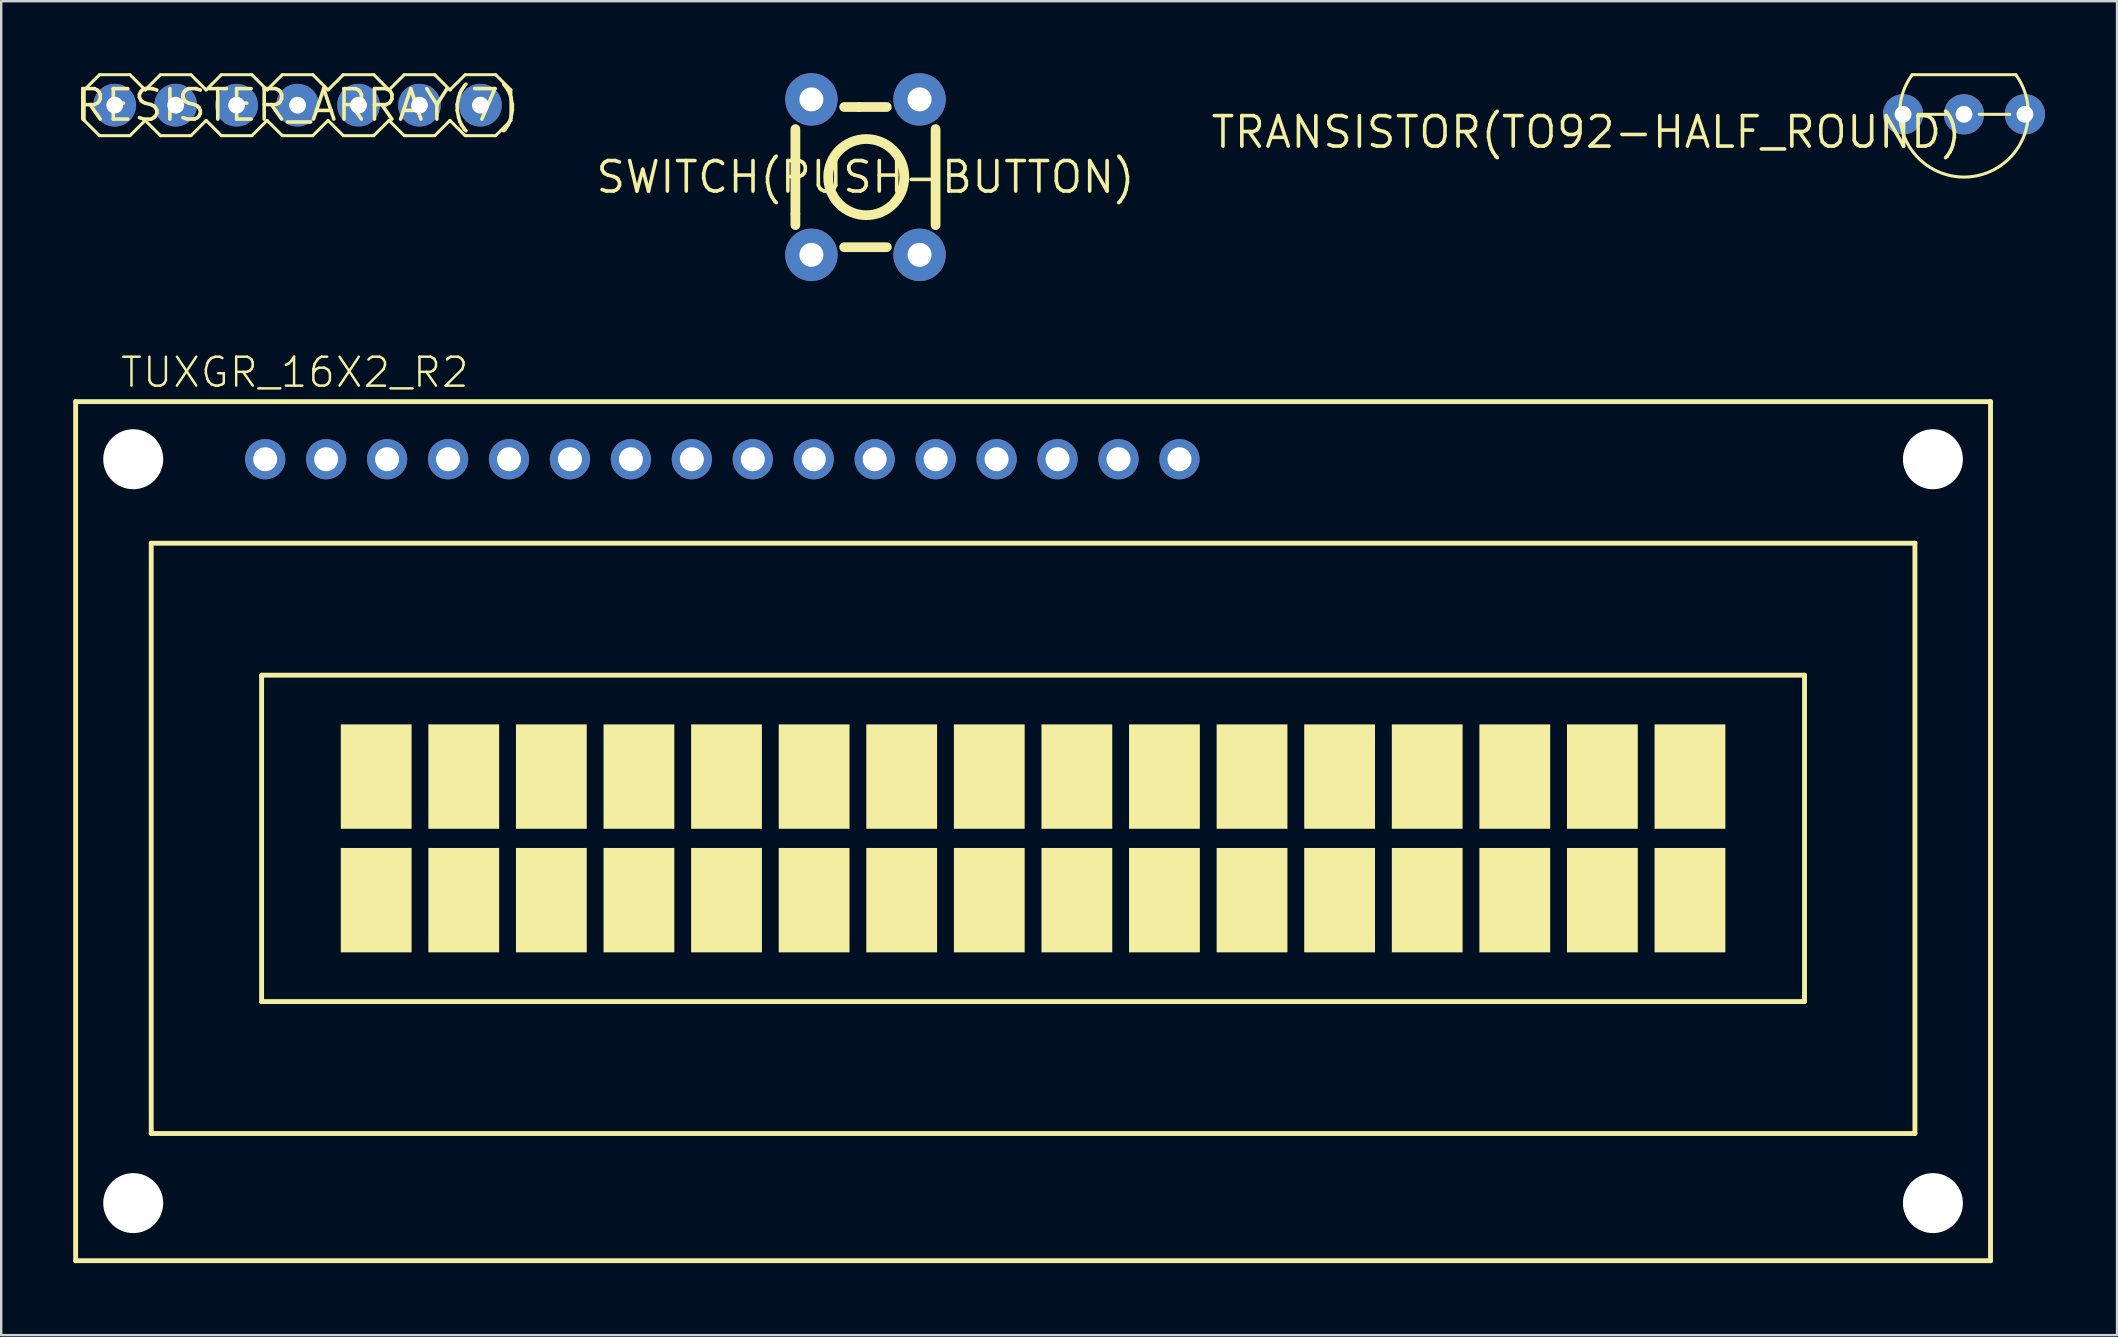
<source format=kicad_pcb>
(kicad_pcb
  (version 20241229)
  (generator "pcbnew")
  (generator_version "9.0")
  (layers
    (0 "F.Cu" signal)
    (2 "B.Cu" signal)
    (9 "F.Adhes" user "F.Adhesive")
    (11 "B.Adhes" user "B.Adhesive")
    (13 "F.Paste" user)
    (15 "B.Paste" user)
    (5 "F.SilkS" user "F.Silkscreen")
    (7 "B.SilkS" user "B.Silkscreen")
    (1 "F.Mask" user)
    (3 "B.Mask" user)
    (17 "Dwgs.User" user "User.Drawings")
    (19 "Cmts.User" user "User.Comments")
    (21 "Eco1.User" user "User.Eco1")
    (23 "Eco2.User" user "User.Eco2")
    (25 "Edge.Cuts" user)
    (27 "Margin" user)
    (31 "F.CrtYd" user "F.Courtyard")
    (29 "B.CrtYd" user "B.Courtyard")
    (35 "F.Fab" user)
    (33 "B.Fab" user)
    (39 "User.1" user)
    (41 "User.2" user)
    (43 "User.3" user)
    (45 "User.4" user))
  (footprint "RESISTER_ARRAY(7)"
    (layer "F.Cu")
    (at 9.351 1.333)
    (property "Reference" "RESISTER_ARRAY(7)" (at 0 0 0) (layer "F.SilkS") (effects (font (size 1.27 1.27) (thickness 0.15))))
    (attr through_hole)
    (fp_line (start -8.89 -0.635) (end -8.255 -1.27) (stroke (width 0.127) (type solid)) (layer "F.SilkS"))
    (fp_line (start -8.89 0.635) (end -8.89 -0.635) (stroke (width 0.127) (type solid)) (layer "F.SilkS"))
    (fp_line (start -8.255 -1.27) (end -6.985 -1.27) (stroke (width 0.127) (type solid)) (layer "F.SilkS"))
    (fp_line (start -8.255 1.27) (end -8.89 0.635) (stroke (width 0.127) (type solid)) (layer "F.SilkS"))
    (fp_line (start -6.985 -1.27) (end -6.35 -0.635) (stroke (width 0.127) (type solid)) (layer "F.SilkS"))
    (fp_line (start -6.985 1.27) (end -8.255 1.27) (stroke (width 0.127) (type solid)) (layer "F.SilkS"))
    (fp_line (start -6.35 -0.635) (end -5.715 -1.27) (stroke (width 0.127) (type solid)) (layer "F.SilkS"))
    (fp_line (start -6.35 0.635) (end -6.985 1.27) (stroke (width 0.127) (type solid)) (layer "F.SilkS"))
    (fp_line (start -5.715 -1.27) (end -4.445 -1.27) (stroke (width 0.127) (type solid)) (layer "F.SilkS"))
    (fp_line (start -5.715 1.27) (end -6.35 0.635) (stroke (width 0.127) (type solid)) (layer "F.SilkS"))
    (fp_line (start -4.445 -1.27) (end -3.81 -0.635) (stroke (width 0.127) (type solid)) (layer "F.SilkS"))
    (fp_line (start -4.445 1.27) (end -5.715 1.27) (stroke (width 0.127) (type solid)) (layer "F.SilkS"))
    (fp_line (start -3.81 -0.635) (end -3.175 -1.27) (stroke (width 0.127) (type solid)) (layer "F.SilkS"))
    (fp_line (start -3.81 0.635) (end -4.445 1.27) (stroke (width 0.127) (type solid)) (layer "F.SilkS"))
    (fp_line (start -3.175 -1.27) (end -1.905 -1.27) (stroke (width 0.127) (type solid)) (layer "F.SilkS"))
    (fp_line (start -3.175 1.27) (end -3.81 0.635) (stroke (width 0.127) (type solid)) (layer "F.SilkS"))
    (fp_line (start -1.905 -1.27) (end -1.27 -0.635) (stroke (width 0.127) (type solid)) (layer "F.SilkS"))
    (fp_line (start -1.905 1.27) (end -3.175 1.27) (stroke (width 0.127) (type solid)) (layer "F.SilkS"))
    (fp_line (start -1.27 -0.635) (end -0.635 -1.27) (stroke (width 0.127) (type solid)) (layer "F.SilkS"))
    (fp_line (start -1.27 0.635) (end -1.905 1.27) (stroke (width 0.127) (type solid)) (layer "F.SilkS"))
    (fp_line (start -0.635 -1.27) (end 0.635 -1.27) (stroke (width 0.127) (type solid)) (layer "F.SilkS"))
    (fp_line (start -0.635 1.27) (end -1.27 0.635) (stroke (width 0.127) (type solid)) (layer "F.SilkS"))
    (fp_line (start 0.635 -1.27) (end 1.27 -0.635) (stroke (width 0.127) (type solid)) (layer "F.SilkS"))
    (fp_line (start 0.635 1.27) (end -0.635 1.27) (stroke (width 0.127) (type solid)) (layer "F.SilkS"))
    (fp_line (start 1.27 -0.635) (end 1.905 -1.27) (stroke (width 0.127) (type solid)) (layer "F.SilkS"))
    (fp_line (start 1.27 0.635) (end 0.635 1.27) (stroke (width 0.127) (type solid)) (layer "F.SilkS"))
    (fp_line (start 1.905 -1.27) (end 3.175 -1.27) (stroke (width 0.127) (type solid)) (layer "F.SilkS"))
    (fp_line (start 1.905 1.27) (end 1.27 0.635) (stroke (width 0.127) (type solid)) (layer "F.SilkS"))
    (fp_line (start 3.175 -1.27) (end 3.81 -0.635) (stroke (width 0.127) (type solid)) (layer "F.SilkS"))
    (fp_line (start 3.175 1.27) (end 1.905 1.27) (stroke (width 0.127) (type solid)) (layer "F.SilkS"))
    (fp_line (start 3.81 -0.635) (end 4.445 -1.27) (stroke (width 0.127) (type solid)) (layer "F.SilkS"))
    (fp_line (start 3.81 0.635) (end 3.175 1.27) (stroke (width 0.127) (type solid)) (layer "F.SilkS"))
    (fp_line (start 4.445 -1.27) (end 5.715 -1.27) (stroke (width 0.127) (type solid)) (layer "F.SilkS"))
    (fp_line (start 4.445 1.27) (end 3.81 0.635) (stroke (width 0.127) (type solid)) (layer "F.SilkS"))
    (fp_line (start 5.715 -1.27) (end 6.35 -0.635) (stroke (width 0.127) (type solid)) (layer "F.SilkS"))
    (fp_line (start 5.715 1.27) (end 4.445 1.27) (stroke (width 0.127) (type solid)) (layer "F.SilkS"))
    (fp_line (start 6.35 -0.635) (end 6.985 -1.27) (stroke (width 0.127) (type solid)) (layer "F.SilkS"))
    (fp_line (start 6.35 0.635) (end 5.715 1.27) (stroke (width 0.127) (type solid)) (layer "F.SilkS"))
    (fp_line (start 6.985 -1.27) (end 8.255 -1.27) (stroke (width 0.127) (type solid)) (layer "F.SilkS"))
    (fp_line (start 6.985 1.27) (end 6.35 0.635) (stroke (width 0.127) (type solid)) (layer "F.SilkS"))
    (fp_line (start 8.255 -1.27) (end 8.89 -0.635) (stroke (width 0.127) (type solid)) (layer "F.SilkS"))
    (fp_line (start 8.255 1.27) (end 6.985 1.27) (stroke (width 0.127) (type solid)) (layer "F.SilkS"))
    (fp_line (start 8.89 -0.635) (end 8.89 0.635) (stroke (width 0.127) (type solid)) (layer "F.SilkS"))
    (fp_line (start 8.89 0.635) (end 8.255 1.27) (stroke (width 0.127) (type solid)) (layer "F.SilkS"))
    (pad "1" thru_hole circle (at -7.62 0) (size 1.778 1.778) (drill 0.7) (layers "*.Cu" "*.Mask"))
    (pad "2" thru_hole circle (at -5.08 0) (size 1.778 1.778) (drill 0.7) (layers "*.Cu" "*.Mask"))
    (pad "3" thru_hole circle (at -2.54 0) (size 1.778 1.778) (drill 0.7) (layers "*.Cu" "*.Mask"))
    (pad "4" thru_hole circle (at 0 0) (size 1.778 1.778) (drill 0.7) (layers "*.Cu" "*.Mask"))
    (pad "5" thru_hole circle (at 2.54 0) (size 1.778 1.778) (drill 0.7) (layers "*.Cu" "*.Mask"))
    (pad "6" thru_hole circle (at 5.08 0) (size 1.778 1.778) (drill 0.7) (layers "*.Cu" "*.Mask"))
    (pad "7" thru_hole circle (at 7.62 0) (size 1.778 1.778) (drill 0.7) (layers "*.Cu" "*.Mask")))
  (footprint "SWITCH(PUSH-BUTTON)"
    (layer "F.Cu")
    (at 33.018 4.331)
    (property "Reference" "SWITCH(PUSH-BUTTON)" (at 0 0 0) (layer "F.SilkS") (effects (font (size 1.27 1.27) (thickness 0.15))))
    (attr through_hole)
    (fp_line (start -2.921 1.524) (end -2.921 -2) (stroke (width 0.406) (type solid)) (layer "F.SilkS"))
    (fp_line (start -2.921 2) (end -2.921 1.556) (stroke (width 0.406) (type solid)) (layer "F.SilkS"))
    (fp_line (start -0.889 2.921) (end 0.889 2.921) (stroke (width 0.406) (type solid)) (layer "F.SilkS"))
    (fp_line (start -0.254 -2.921) (end -0.889 -2.921) (stroke (width 0.406) (type solid)) (layer "F.SilkS"))
    (fp_line (start -0.254 -2.921) (end 0.889 -2.921) (stroke (width 0.406) (type solid)) (layer "F.SilkS"))
    (fp_line (start 2.921 -2) (end 2.921 2) (stroke (width 0.406) (type solid)) (layer "F.SilkS"))
    (fp_circle (center 0.032 0) (end 1.619 0) (stroke (width 0.406) (type solid)) (fill no) (layer "F.SilkS"))
    (pad "SW1" thru_hole circle (at -2.254 -3.239) (size 2.184 2.184) (drill 1) (layers "*.Cu" "*.Mask"))
    (pad "SW1_" thru_hole circle (at 2.254 -3.239) (size 2.184 2.184) (drill 1) (layers "*.Cu" "*.Mask"))
    (pad "SW2" thru_hole circle (at -2.254 3.239) (size 2.184 2.184) (drill 1) (layers "*.Cu" "*.Mask"))
    (pad "SW2_" thru_hole circle (at 2.254 3.239) (size 2.184 2.184) (drill 1) (layers "*.Cu" "*.Mask")))
  (footprint "TRANSISTOR(TO92-HALF_ROUND)"
    (layer "F.Cu")
    (at 78.797 1.714)
    (property "Reference" "TRANSISTOR(TO92-HALF_ROUND)" (at 0 0 0) (layer "F.SilkS") (effects (font (size 1.27 1.27) (thickness 0.15)) (justify right top)))
    (attr through_hole)
    (fp_line (start -2.159 -1.651) (end 2.159 -1.651) (stroke (width 0.127) (type solid)) (layer "F.SilkS"))
    (fp_line (start -1.905 0) (end -0.635 0) (stroke (width 0.127) (type solid)) (layer "F.SilkS"))
    (fp_line (start 0.635 0) (end 1.905 0) (stroke (width 0.127) (type solid)) (layer "F.SilkS"))
    (fp_arc (start 2.159001 -1.650999) (mid -0.000001 2.616322) (end -2.159 -1.651) (stroke (width 0.127) (type solid)) (layer "F.SilkS"))
    (pad "B" thru_hole circle (at 0 0) (size 1.676 1.676) (drill 0.7) (layers "*.Cu" "*.Mask"))
    (pad "C" thru_hole circle (at -2.54 0) (size 1.676 1.676) (drill 0.7) (layers "*.Cu" "*.Mask"))
    (pad "E" thru_hole circle (at 2.54 0) (size 1.676 1.676) (drill 0.7) (layers "*.Cu" "*.Mask")))
  (footprint "TUXGR_16X2_R2"
    (layer "F.Cu")
    (at 40.002 31.588)
    (property "Reference" "TUXGR_16X2_R2" (at -38.1 -18.415 0) (layer "F.SilkS") (effects (font (size 1.206 1.206) (thickness 0.102)) (justify left bottom)))
    (attr through_hole)
    (fp_line (start -39.9 -17.9) (end 39.9 -17.9) (stroke (width 0.203) (type solid)) (layer "F.SilkS"))
    (fp_line (start -39.9 17.9) (end -39.9 -17.9) (stroke (width 0.203) (type solid)) (layer "F.SilkS"))
    (fp_line (start -36.75 -12) (end 36.75 -12) (stroke (width 0.203) (type solid)) (layer "F.SilkS"))
    (fp_line (start -36.75 12.6) (end -36.75 -12) (stroke (width 0.203) (type solid)) (layer "F.SilkS"))
    (fp_line (start -32.15 -6.5) (end 32.15 -6.5) (stroke (width 0.203) (type solid)) (layer "F.SilkS"))
    (fp_line (start -32.15 7.1) (end -32.15 -6.5) (stroke (width 0.203) (type solid)) (layer "F.SilkS"))
    (fp_line (start 32.15 -6.5) (end 32.15 7.1) (stroke (width 0.203) (type solid)) (layer "F.SilkS"))
    (fp_line (start 32.15 7.1) (end -32.15 7.1) (stroke (width 0.203) (type solid)) (layer "F.SilkS"))
    (fp_line (start 36.75 -12) (end 36.75 12.6) (stroke (width 0.203) (type solid)) (layer "F.SilkS"))
    (fp_line (start 36.75 12.6) (end -36.75 12.6) (stroke (width 0.203) (type solid)) (layer "F.SilkS"))
    (fp_line (start 39.9 -17.9) (end 39.9 17.9) (stroke (width 0.203) (type solid)) (layer "F.SilkS"))
    (fp_line (start 39.9 17.9) (end -39.9 17.9) (stroke (width 0.203) (type solid)) (layer "F.SilkS"))
    (fp_poly (pts (xy -28.85 -0.1) (xy -25.9 -0.1) (xy -25.9 -4.45) (xy -28.85 -4.45)) (stroke (width 0) (type solid)) (fill yes) (layer "F.SilkS"))
    (fp_poly (pts (xy -28.85 5.05) (xy -25.9 5.05) (xy -25.9 0.7) (xy -28.85 0.7)) (stroke (width 0) (type solid)) (fill yes) (layer "F.SilkS"))
    (fp_poly (pts (xy -25.2 -0.1) (xy -22.25 -0.1) (xy -22.25 -4.45) (xy -25.2 -4.45)) (stroke (width 0) (type solid)) (fill yes) (layer "F.SilkS"))
    (fp_poly (pts (xy -25.2 5.05) (xy -22.25 5.05) (xy -22.25 0.7) (xy -25.2 0.7)) (stroke (width 0) (type solid)) (fill yes) (layer "F.SilkS"))
    (fp_poly (pts (xy -21.55 -0.1) (xy -18.6 -0.1) (xy -18.6 -4.45) (xy -21.55 -4.45)) (stroke (width 0) (type solid)) (fill yes) (layer "F.SilkS"))
    (fp_poly (pts (xy -21.55 5.05) (xy -18.6 5.05) (xy -18.6 0.7) (xy -21.55 0.7)) (stroke (width 0) (type solid)) (fill yes) (layer "F.SilkS"))
    (fp_poly (pts (xy -17.9 -0.1) (xy -14.95 -0.1) (xy -14.95 -4.45) (xy -17.9 -4.45)) (stroke (width 0) (type solid)) (fill yes) (layer "F.SilkS"))
    (fp_poly (pts (xy -17.9 5.05) (xy -14.95 5.05) (xy -14.95 0.7) (xy -17.9 0.7)) (stroke (width 0) (type solid)) (fill yes) (layer "F.SilkS"))
    (fp_poly (pts (xy -14.25 -0.1) (xy -11.3 -0.1) (xy -11.3 -4.45) (xy -14.25 -4.45)) (stroke (width 0) (type solid)) (fill yes) (layer "F.SilkS"))
    (fp_poly (pts (xy -14.25 5.05) (xy -11.3 5.05) (xy -11.3 0.7) (xy -14.25 0.7)) (stroke (width 0) (type solid)) (fill yes) (layer "F.SilkS"))
    (fp_poly (pts (xy -10.6 -0.1) (xy -7.65 -0.1) (xy -7.65 -4.45) (xy -10.6 -4.45)) (stroke (width 0) (type solid)) (fill yes) (layer "F.SilkS"))
    (fp_poly (pts (xy -10.6 5.05) (xy -7.65 5.05) (xy -7.65 0.7) (xy -10.6 0.7)) (stroke (width 0) (type solid)) (fill yes) (layer "F.SilkS"))
    (fp_poly (pts (xy -6.95 -0.1) (xy -4 -0.1) (xy -4 -4.45) (xy -6.95 -4.45)) (stroke (width 0) (type solid)) (fill yes) (layer "F.SilkS"))
    (fp_poly (pts (xy -6.95 5.05) (xy -4 5.05) (xy -4 0.7) (xy -6.95 0.7)) (stroke (width 0) (type solid)) (fill yes) (layer "F.SilkS"))
    (fp_poly (pts (xy -3.3 -0.1) (xy -0.35 -0.1) (xy -0.35 -4.45) (xy -3.3 -4.45)) (stroke (width 0) (type solid)) (fill yes) (layer "F.SilkS"))
    (fp_poly (pts (xy -3.3 5.05) (xy -0.35 5.05) (xy -0.35 0.7) (xy -3.3 0.7)) (stroke (width 0) (type solid)) (fill yes) (layer "F.SilkS"))
    (fp_poly (pts (xy 0.35 -0.1) (xy 3.3 -0.1) (xy 3.3 -4.45) (xy 0.35 -4.45)) (stroke (width 0) (type solid)) (fill yes) (layer "F.SilkS"))
    (fp_poly (pts (xy 0.35 5.05) (xy 3.3 5.05) (xy 3.3 0.7) (xy 0.35 0.7)) (stroke (width 0) (type solid)) (fill yes) (layer "F.SilkS"))
    (fp_poly (pts (xy 4 -0.1) (xy 6.95 -0.1) (xy 6.95 -4.45) (xy 4 -4.45)) (stroke (width 0) (type solid)) (fill yes) (layer "F.SilkS"))
    (fp_poly (pts (xy 4 5.05) (xy 6.95 5.05) (xy 6.95 0.7) (xy 4 0.7)) (stroke (width 0) (type solid)) (fill yes) (layer "F.SilkS"))
    (fp_poly (pts (xy 7.65 -0.1) (xy 10.6 -0.1) (xy 10.6 -4.45) (xy 7.65 -4.45)) (stroke (width 0) (type solid)) (fill yes) (layer "F.SilkS"))
    (fp_poly (pts (xy 7.65 5.05) (xy 10.6 5.05) (xy 10.6 0.7) (xy 7.65 0.7)) (stroke (width 0) (type solid)) (fill yes) (layer "F.SilkS"))
    (fp_poly (pts (xy 11.3 -0.1) (xy 14.25 -0.1) (xy 14.25 -4.45) (xy 11.3 -4.45)) (stroke (width 0) (type solid)) (fill yes) (layer "F.SilkS"))
    (fp_poly (pts (xy 11.3 5.05) (xy 14.25 5.05) (xy 14.25 0.7) (xy 11.3 0.7)) (stroke (width 0) (type solid)) (fill yes) (layer "F.SilkS"))
    (fp_poly (pts (xy 14.95 -0.1) (xy 17.9 -0.1) (xy 17.9 -4.45) (xy 14.95 -4.45)) (stroke (width 0) (type solid)) (fill yes) (layer "F.SilkS"))
    (fp_poly (pts (xy 14.95 5.05) (xy 17.9 5.05) (xy 17.9 0.7) (xy 14.95 0.7)) (stroke (width 0) (type solid)) (fill yes) (layer "F.SilkS"))
    (fp_poly (pts (xy 18.6 -0.1) (xy 21.55 -0.1) (xy 21.55 -4.45) (xy 18.6 -4.45)) (stroke (width 0) (type solid)) (fill yes) (layer "F.SilkS"))
    (fp_poly (pts (xy 18.6 5.05) (xy 21.55 5.05) (xy 21.55 0.7) (xy 18.6 0.7)) (stroke (width 0) (type solid)) (fill yes) (layer "F.SilkS"))
    (fp_poly (pts (xy 22.25 -0.1) (xy 25.2 -0.1) (xy 25.2 -4.45) (xy 22.25 -4.45)) (stroke (width 0) (type solid)) (fill yes) (layer "F.SilkS"))
    (fp_poly (pts (xy 22.25 5.05) (xy 25.2 5.05) (xy 25.2 0.7) (xy 22.25 0.7)) (stroke (width 0) (type solid)) (fill yes) (layer "F.SilkS"))
    (fp_poly (pts (xy 25.9 -0.1) (xy 28.85 -0.1) (xy 28.85 -4.45) (xy 25.9 -4.45)) (stroke (width 0) (type solid)) (fill yes) (layer "F.SilkS"))
    (fp_poly (pts (xy 25.9 5.05) (xy 28.85 5.05) (xy 28.85 0.7) (xy 25.9 0.7)) (stroke (width 0) (type solid)) (fill yes) (layer "F.SilkS"))
    (pad "" np_thru_hole circle (at -37.5 -15.5) (size 2.5 2.5) (drill 2.5) (layers "*.Cu" "*.Mask"))
    (pad "" np_thru_hole circle (at -37.5 15.5) (size 2.5 2.5) (drill 2.5) (layers "*.Cu" "*.Mask"))
    (pad "" np_thru_hole circle (at 37.5 -15.5) (size 2.5 2.5) (drill 2.5) (layers "*.Cu" "*.Mask"))
    (pad "" np_thru_hole circle (at 37.5 15.5) (size 2.5 2.5) (drill 2.5) (layers "*.Cu" "*.Mask"))
    (pad "1" thru_hole circle (at -32 -15.5) (size 1.676 1.676) (drill 1) (layers "*.Cu" "*.Mask"))
    (pad "2" thru_hole circle (at -29.46 -15.5) (size 1.676 1.676) (drill 1) (layers "*.Cu" "*.Mask"))
    (pad "3" thru_hole circle (at -26.92 -15.5) (size 1.676 1.676) (drill 1) (layers "*.Cu" "*.Mask"))
    (pad "4" thru_hole circle (at -24.38 -15.5) (size 1.676 1.676) (drill 1) (layers "*.Cu" "*.Mask"))
    (pad "5" thru_hole circle (at -21.84 -15.5) (size 1.676 1.676) (drill 1) (layers "*.Cu" "*.Mask"))
    (pad "6" thru_hole circle (at -19.3 -15.5) (size 1.676 1.676) (drill 1) (layers "*.Cu" "*.Mask"))
    (pad "7" thru_hole circle (at -16.76 -15.5) (size 1.676 1.676) (drill 1) (layers "*.Cu" "*.Mask"))
    (pad "8" thru_hole circle (at -14.22 -15.5) (size 1.676 1.676) (drill 1) (layers "*.Cu" "*.Mask"))
    (pad "9" thru_hole circle (at -11.68 -15.5) (size 1.676 1.676) (drill 1) (layers "*.Cu" "*.Mask"))
    (pad "10" thru_hole circle (at -9.14 -15.5) (size 1.676 1.676) (drill 1) (layers "*.Cu" "*.Mask"))
    (pad "11" thru_hole circle (at -6.6 -15.5) (size 1.676 1.676) (drill 1) (layers "*.Cu" "*.Mask"))
    (pad "12" thru_hole circle (at -4.06 -15.5) (size 1.676 1.676) (drill 1) (layers "*.Cu" "*.Mask"))
    (pad "13" thru_hole circle (at -1.52 -15.5) (size 1.676 1.676) (drill 1) (layers "*.Cu" "*.Mask"))
    (pad "14" thru_hole circle (at 1.02 -15.5) (size 1.676 1.676) (drill 1) (layers "*.Cu" "*.Mask"))
    (pad "15" thru_hole circle (at 3.56 -15.5) (size 1.676 1.676) (drill 1) (layers "*.Cu" "*.Mask"))
    (pad "16" thru_hole circle (at 6.1 -15.5) (size 1.676 1.676) (drill 1) (layers "*.Cu" "*.Mask")))
  (gr_rect
    (start -3 -3)
    (end 85.175 52.589)
    (stroke (width 0.1) (type default))
    (fill no)
    (layer "Edge.Cuts")))
</source>
